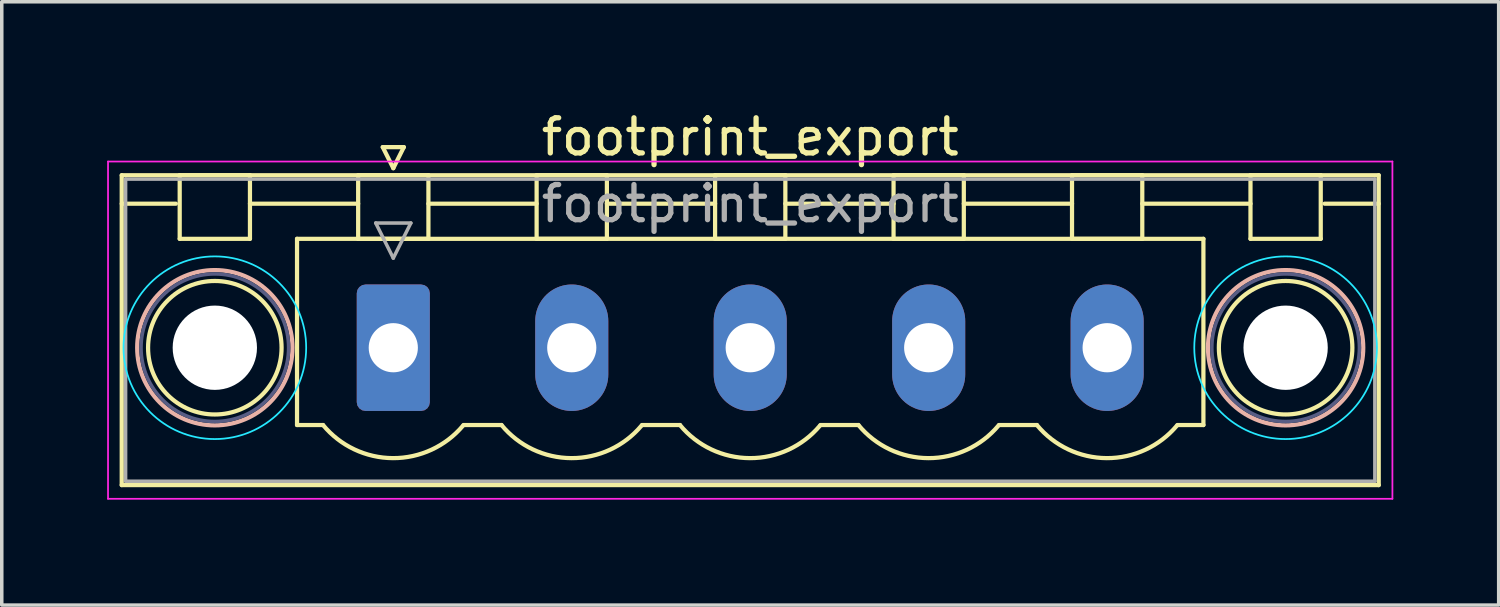
<source format=kicad_pcb>
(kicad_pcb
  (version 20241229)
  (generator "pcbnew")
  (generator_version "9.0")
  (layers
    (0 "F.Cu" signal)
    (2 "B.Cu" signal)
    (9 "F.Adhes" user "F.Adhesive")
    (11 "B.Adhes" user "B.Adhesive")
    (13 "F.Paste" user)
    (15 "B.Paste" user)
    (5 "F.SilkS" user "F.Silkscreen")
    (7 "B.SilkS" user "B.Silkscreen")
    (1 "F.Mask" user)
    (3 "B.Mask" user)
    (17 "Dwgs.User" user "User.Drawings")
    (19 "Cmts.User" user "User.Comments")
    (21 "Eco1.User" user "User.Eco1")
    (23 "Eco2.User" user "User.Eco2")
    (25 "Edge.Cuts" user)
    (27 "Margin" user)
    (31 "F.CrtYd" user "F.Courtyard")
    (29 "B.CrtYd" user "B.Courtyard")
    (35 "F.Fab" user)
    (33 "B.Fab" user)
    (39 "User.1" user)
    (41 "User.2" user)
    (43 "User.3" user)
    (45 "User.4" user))
  (footprint "footprint_export"
    (layer "F.Cu")
    (at 8.145 6.848)
    (property "Reference" "footprint_export" (at 10.16 -6 0) (layer "F.SilkS") (effects (font (size 1 1) (thickness 0.15))))
    (attr through_hole)
    (fp_line (start -7.73 -4.91) (end -7.73 3.91) (stroke (width 0.12) (type solid)) (layer "F.SilkS"))
    (fp_line (start -7.73 -4.1) (end -6.19 -4.1) (stroke (width 0.12) (type solid)) (layer "F.SilkS"))
    (fp_line (start -7.73 3.91) (end 28.05 3.91) (stroke (width 0.12) (type solid)) (layer "F.SilkS"))
    (fp_line (start -6.08 -4.91) (end -4.08 -4.91) (stroke (width 0.12) (type solid)) (layer "F.SilkS"))
    (fp_line (start -6.08 -3.1) (end -6.08 -4.91) (stroke (width 0.12) (type solid)) (layer "F.SilkS"))
    (fp_line (start -4.08 -4.91) (end -4.08 -3.1) (stroke (width 0.12) (type solid)) (layer "F.SilkS"))
    (fp_line (start -4.08 -4.1) (end -1 -4.1) (stroke (width 0.12) (type solid)) (layer "F.SilkS"))
    (fp_line (start -4.08 -3.1) (end -6.08 -3.1) (stroke (width 0.12) (type solid)) (layer "F.SilkS"))
    (fp_line (start -2.74 -3.1) (end 23.06 -3.1) (stroke (width 0.12) (type solid)) (layer "F.SilkS"))
    (fp_line (start -2.74 2.2) (end -2.74 -3.1) (stroke (width 0.12) (type solid)) (layer "F.SilkS"))
    (fp_line (start -2 2.2) (end -2.74 2.2) (stroke (width 0.12) (type solid)) (layer "F.SilkS"))
    (fp_line (start -1 -4.91) (end 1 -4.91) (stroke (width 0.12) (type solid)) (layer "F.SilkS"))
    (fp_line (start -1 -3.1) (end -1 -4.91) (stroke (width 0.12) (type solid)) (layer "F.SilkS"))
    (fp_line (start -0.3 -5.71) (end 0.3 -5.71) (stroke (width 0.12) (type solid)) (layer "F.SilkS"))
    (fp_line (start 0 -5.11) (end -0.3 -5.71) (stroke (width 0.12) (type solid)) (layer "F.SilkS"))
    (fp_line (start 0.3 -5.71) (end 0 -5.11) (stroke (width 0.12) (type solid)) (layer "F.SilkS"))
    (fp_line (start 1 -4.91) (end 1 -3.1) (stroke (width 0.12) (type solid)) (layer "F.SilkS"))
    (fp_line (start 1 -4.1) (end 4.08 -4.1) (stroke (width 0.12) (type solid)) (layer "F.SilkS"))
    (fp_line (start 1 -3.1) (end -1 -3.1) (stroke (width 0.12) (type solid)) (layer "F.SilkS"))
    (fp_line (start 2 2.2) (end 3.08 2.2) (stroke (width 0.12) (type solid)) (layer "F.SilkS"))
    (fp_line (start 4.08 -4.91) (end 6.08 -4.91) (stroke (width 0.12) (type solid)) (layer "F.SilkS"))
    (fp_line (start 4.08 -3.1) (end 4.08 -4.91) (stroke (width 0.12) (type solid)) (layer "F.SilkS"))
    (fp_line (start 6.08 -4.91) (end 6.08 -3.1) (stroke (width 0.12) (type solid)) (layer "F.SilkS"))
    (fp_line (start 6.08 -4.1) (end 9.16 -4.1) (stroke (width 0.12) (type solid)) (layer "F.SilkS"))
    (fp_line (start 6.08 -3.1) (end 4.08 -3.1) (stroke (width 0.12) (type solid)) (layer "F.SilkS"))
    (fp_line (start 7.08 2.2) (end 8.16 2.2) (stroke (width 0.12) (type solid)) (layer "F.SilkS"))
    (fp_line (start 9.16 -4.91) (end 11.16 -4.91) (stroke (width 0.12) (type solid)) (layer "F.SilkS"))
    (fp_line (start 9.16 -3.1) (end 9.16 -4.91) (stroke (width 0.12) (type solid)) (layer "F.SilkS"))
    (fp_line (start 11.16 -4.91) (end 11.16 -3.1) (stroke (width 0.12) (type solid)) (layer "F.SilkS"))
    (fp_line (start 11.16 -4.1) (end 14.24 -4.1) (stroke (width 0.12) (type solid)) (layer "F.SilkS"))
    (fp_line (start 11.16 -3.1) (end 9.16 -3.1) (stroke (width 0.12) (type solid)) (layer "F.SilkS"))
    (fp_line (start 12.16 2.2) (end 13.24 2.2) (stroke (width 0.12) (type solid)) (layer "F.SilkS"))
    (fp_line (start 14.24 -4.91) (end 16.24 -4.91) (stroke (width 0.12) (type solid)) (layer "F.SilkS"))
    (fp_line (start 14.24 -3.1) (end 14.24 -4.91) (stroke (width 0.12) (type solid)) (layer "F.SilkS"))
    (fp_line (start 16.24 -4.91) (end 16.24 -3.1) (stroke (width 0.12) (type solid)) (layer "F.SilkS"))
    (fp_line (start 16.24 -4.1) (end 19.32 -4.1) (stroke (width 0.12) (type solid)) (layer "F.SilkS"))
    (fp_line (start 16.24 -3.1) (end 14.24 -3.1) (stroke (width 0.12) (type solid)) (layer "F.SilkS"))
    (fp_line (start 17.24 2.2) (end 18.32 2.2) (stroke (width 0.12) (type solid)) (layer "F.SilkS"))
    (fp_line (start 19.32 -4.91) (end 21.32 -4.91) (stroke (width 0.12) (type solid)) (layer "F.SilkS"))
    (fp_line (start 19.32 -3.1) (end 19.32 -4.91) (stroke (width 0.12) (type solid)) (layer "F.SilkS"))
    (fp_line (start 21.32 -4.91) (end 21.32 -3.1) (stroke (width 0.12) (type solid)) (layer "F.SilkS"))
    (fp_line (start 21.32 -4.1) (end 24.4 -4.1) (stroke (width 0.12) (type solid)) (layer "F.SilkS"))
    (fp_line (start 21.32 -3.1) (end 19.32 -3.1) (stroke (width 0.12) (type solid)) (layer "F.SilkS"))
    (fp_line (start 23.06 -3.1) (end 23.06 2.2) (stroke (width 0.12) (type solid)) (layer "F.SilkS"))
    (fp_line (start 23.06 2.2) (end 22.32 2.2) (stroke (width 0.12) (type solid)) (layer "F.SilkS"))
    (fp_line (start 24.4 -4.91) (end 26.4 -4.91) (stroke (width 0.12) (type solid)) (layer "F.SilkS"))
    (fp_line (start 24.4 -3.1) (end 24.4 -4.91) (stroke (width 0.12) (type solid)) (layer "F.SilkS"))
    (fp_line (start 26.4 -4.91) (end 26.4 -3.1) (stroke (width 0.12) (type solid)) (layer "F.SilkS"))
    (fp_line (start 26.4 -3.1) (end 24.4 -3.1) (stroke (width 0.12) (type solid)) (layer "F.SilkS"))
    (fp_line (start 28.05 -4.91) (end -7.73 -4.91) (stroke (width 0.12) (type solid)) (layer "F.SilkS"))
    (fp_line (start 28.05 -4.1) (end 26.51 -4.1) (stroke (width 0.12) (type solid)) (layer "F.SilkS"))
    (fp_line (start 28.05 3.91) (end 28.05 -4.91) (stroke (width 0.12) (type solid)) (layer "F.SilkS"))
    (fp_arc (start 1.986842 2.215821) (mid -0.010289 3.142758) (end -2 2.2) (stroke (width 0.12) (type solid)) (layer "F.SilkS"))
    (fp_arc (start 7.066842 2.215821) (mid 5.069711 3.142758) (end 3.08 2.2) (stroke (width 0.12) (type solid)) (layer "F.SilkS"))
    (fp_arc (start 12.146842 2.215821) (mid 10.149711 3.142758) (end 8.16 2.2) (stroke (width 0.12) (type solid)) (layer "F.SilkS"))
    (fp_arc (start 17.226842 2.215821) (mid 15.229711 3.142758) (end 13.24 2.2) (stroke (width 0.12) (type solid)) (layer "F.SilkS"))
    (fp_arc (start 22.306842 2.215821) (mid 20.309711 3.142758) (end 18.32 2.2) (stroke (width 0.12) (type solid)) (layer "F.SilkS"))
    (fp_circle (center -5.08 0) (end -3.18 0) (stroke (width 0.12) (type solid)) (fill no) (layer "F.SilkS"))
    (fp_circle (center 25.4 0) (end 27.3 0) (stroke (width 0.12) (type solid)) (fill no) (layer "F.SilkS"))
    (fp_circle (center -5.08 0) (end -2.87 0) (stroke (width 0.12) (type solid)) (fill no) (layer "B.SilkS"))
    (fp_circle (center 25.4 0) (end 27.61 0) (stroke (width 0.12) (type solid)) (fill no) (layer "B.SilkS"))
    (fp_circle (center -5.08 0) (end -2.48 0) (stroke (width 0.05) (type solid)) (fill no) (layer "B.CrtYd"))
    (fp_circle (center 25.4 0) (end 28 0) (stroke (width 0.05) (type solid)) (fill no) (layer "B.CrtYd"))
    (fp_line (start -8.12 -5.3) (end -8.12 4.3) (stroke (width 0.05) (type solid)) (layer "F.CrtYd"))
    (fp_line (start -8.12 4.3) (end 28.44 4.3) (stroke (width 0.05) (type solid)) (layer "F.CrtYd"))
    (fp_line (start 28.44 -5.3) (end -8.12 -5.3) (stroke (width 0.05) (type solid)) (layer "F.CrtYd"))
    (fp_line (start 28.44 4.3) (end 28.44 -5.3) (stroke (width 0.05) (type solid)) (layer "F.CrtYd"))
    (fp_circle (center -5.08 0) (end -2.98 0) (stroke (width 0.1) (type solid)) (fill no) (layer "B.Fab"))
    (fp_circle (center 25.4 0) (end 27.5 0) (stroke (width 0.1) (type solid)) (fill no) (layer "B.Fab"))
    (fp_line (start -7.62 -4.8) (end -7.62 3.8) (stroke (width 0.1) (type solid)) (layer "F.Fab"))
    (fp_line (start -7.62 3.8) (end 27.94 3.8) (stroke (width 0.1) (type solid)) (layer "F.Fab"))
    (fp_line (start -0.5 -3.55) (end 0.5 -3.55) (stroke (width 0.1) (type solid)) (layer "F.Fab"))
    (fp_line (start 0 -2.55) (end -0.5 -3.55) (stroke (width 0.1) (type solid)) (layer "F.Fab"))
    (fp_line (start 0.5 -3.55) (end 0 -2.55) (stroke (width 0.1) (type solid)) (layer "F.Fab"))
    (fp_line (start 27.94 -4.8) (end -7.62 -4.8) (stroke (width 0.1) (type solid)) (layer "F.Fab"))
    (fp_line (start 27.94 3.8) (end 27.94 -4.8) (stroke (width 0.1) (type solid)) (layer "F.Fab"))
    (fp_text user "${REFERENCE}" (at 10.16 -4.1 0) (layer "F.Fab") (effects (font (size 1 1) (thickness 0.15))))
    (pad "" np_thru_hole circle (at -5.08 0) (size 2.4 2.4) (drill 2.4) (layers "*.Cu" "*.Mask"))
    (pad "" np_thru_hole circle (at 25.4 0) (size 2.4 2.4) (drill 2.4) (layers "*.Cu" "*.Mask"))
    (pad "1" thru_hole roundrect (at 0 0) (size 2.08 3.6) (drill 1.4) (layers "*.Cu" "*.Mask") (roundrect_rratio 0.12))
    (pad "2" thru_hole oval (at 5.08 0) (size 2.08 3.6) (drill 1.4) (layers "*.Cu" "*.Mask"))
    (pad "3" thru_hole oval (at 10.16 0) (size 2.08 3.6) (drill 1.4) (layers "*.Cu" "*.Mask"))
    (pad "4" thru_hole oval (at 15.24 0) (size 2.08 3.6) (drill 1.4) (layers "*.Cu" "*.Mask"))
    (pad "5" thru_hole oval (at 20.32 0) (size 2.08 3.6) (drill 1.4) (layers "*.Cu" "*.Mask")))
  (gr_rect
    (start -3 -3)
    (end 39.61 14.173)
    (stroke (width 0.1) (type default))
    (fill no)
    (layer "Edge.Cuts")))
</source>
